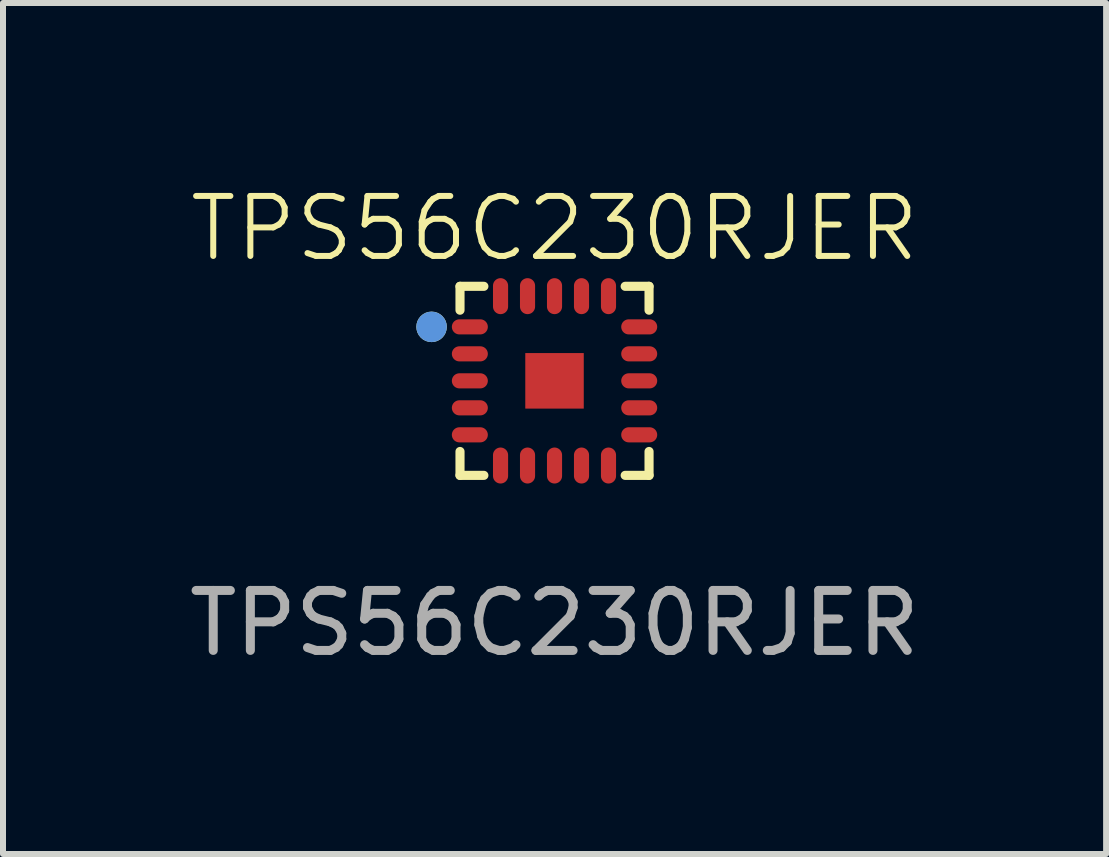
<source format=kicad_pcb>
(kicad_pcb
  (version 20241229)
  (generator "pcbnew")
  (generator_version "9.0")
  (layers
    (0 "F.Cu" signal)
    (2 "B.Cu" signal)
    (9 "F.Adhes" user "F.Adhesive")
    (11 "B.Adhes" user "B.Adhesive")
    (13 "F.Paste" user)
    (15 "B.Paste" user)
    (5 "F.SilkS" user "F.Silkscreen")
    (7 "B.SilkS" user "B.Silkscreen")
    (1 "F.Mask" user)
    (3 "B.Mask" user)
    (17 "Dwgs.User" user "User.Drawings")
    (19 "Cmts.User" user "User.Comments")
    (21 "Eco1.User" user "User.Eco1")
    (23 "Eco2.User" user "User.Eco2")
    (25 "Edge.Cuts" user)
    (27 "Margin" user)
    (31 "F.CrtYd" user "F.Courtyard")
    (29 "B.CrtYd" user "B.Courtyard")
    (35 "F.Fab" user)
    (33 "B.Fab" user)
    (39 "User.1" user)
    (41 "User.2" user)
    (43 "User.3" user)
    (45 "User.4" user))
  (footprint "TPS56C230RJER"
    (layer "F.Cu")
    (at 6.196 3.3)
    (property "Reference" "TPS56C230RJER" (at 0 -2.54 0) (unlocked yes) (layer "F.SilkS") (effects (font (size 1 1) (thickness 0.1))))
    (attr smd)
    (fp_line (start -1.576 -1.576) (end -1.178 -1.576) (stroke (width 0.152) (type solid)) (layer "F.SilkS"))
    (fp_line (start -1.576 -1.178) (end -1.576 -1.576) (stroke (width 0.152) (type solid)) (layer "F.SilkS"))
    (fp_line (start -1.576 1.178) (end -1.576 1.576) (stroke (width 0.152) (type solid)) (layer "F.SilkS"))
    (fp_line (start -1.576 1.576) (end -1.178 1.576) (stroke (width 0.152) (type solid)) (layer "F.SilkS"))
    (fp_line (start 1.576 -1.576) (end 1.178 -1.576) (stroke (width 0.152) (type solid)) (layer "F.SilkS"))
    (fp_line (start 1.576 -1.178) (end 1.576 -1.576) (stroke (width 0.152) (type solid)) (layer "F.SilkS"))
    (fp_line (start 1.576 1.178) (end 1.576 1.576) (stroke (width 0.152) (type solid)) (layer "F.SilkS"))
    (fp_line (start 1.576 1.576) (end 1.178 1.576) (stroke (width 0.152) (type solid)) (layer "F.SilkS"))
    (fp_circle (center -2.05 -0.9) (end -1.923 -0.9) (stroke (width 0.254) (type solid)) (fill no) (layer "F.SilkS"))
    (fp_poly (pts (xy -0.488 0.463) (xy 0.488 0.463) (xy 0.488 -0.463) (xy -0.488 -0.463)) (stroke (width 0) (type solid)) (fill yes) (layer "F.Paste"))
    (fp_poly (pts (xy -1.594 -0.126) (xy -1.601 -0.125) (xy -1.608 -0.124) (xy -1.616 -0.123) (xy -1.623 -0.121) (xy -1.63 -0.118) (xy -1.636 -0.116) (xy -1.643 -0.113) (xy -1.65 -0.109) (xy -1.656 -0.105) (xy -1.662 -0.101) (xy -1.667 -0.097) (xy -1.673 -0.092) (xy -1.678 -0.086) (xy -1.683 -0.081) (xy -1.688 -0.075) (xy -1.692 -0.069) (xy -1.696 -0.063) (xy -1.699 -0.057) (xy -1.702 -0.05) (xy -1.705 -0.043) (xy -1.707 -0.036) (xy -1.709 -0.029) (xy -1.711 -0.022) (xy -1.712 -0.015) (xy -1.712 -0.007) (xy -1.712 0) (xy -1.712 0.007) (xy -1.712 0.015) (xy -1.711 0.022) (xy -1.709 0.029) (xy -1.707 0.036) (xy -1.705 0.043) (xy -1.702 0.05) (xy -1.699 0.057) (xy -1.696 0.063) (xy -1.692 0.069) (xy -1.688 0.075) (xy -1.683 0.081) (xy -1.678 0.086) (xy -1.673 0.092) (xy -1.667 0.097) (xy -1.662 0.101) (xy -1.656 0.105) (xy -1.649 0.109) (xy -1.643 0.113) (xy -1.636 0.116) (xy -1.63 0.118) (xy -1.623 0.121) (xy -1.616 0.123) (xy -1.608 0.124) (xy -1.601 0.125) (xy -1.594 0.126) (xy -1.586 0.126) (xy -1.238 0.126) (xy -1.231 0.126) (xy -1.224 0.125) (xy -1.217 0.124) (xy -1.209 0.123) (xy -1.202 0.121) (xy -1.195 0.118) (xy -1.189 0.116) (xy -1.182 0.113) (xy -1.175 0.109) (xy -1.169 0.105) (xy -1.163 0.101) (xy -1.157 0.097) (xy -1.152 0.092) (xy -1.147 0.086) (xy -1.142 0.081) (xy -1.137 0.075) (xy -1.133 0.069) (xy -1.129 0.063) (xy -1.126 0.057) (xy -1.123 0.05) (xy -1.12 0.043) (xy -1.118 0.036) (xy -1.116 0.029) (xy -1.114 0.022) (xy -1.113 0.015) (xy -1.113 0.007) (xy -1.112 0) (xy -1.113 -0.007) (xy -1.113 -0.015) (xy -1.114 -0.022) (xy -1.116 -0.029) (xy -1.118 -0.036) (xy -1.12 -0.043) (xy -1.123 -0.05) (xy -1.126 -0.057) (xy -1.129 -0.063) (xy -1.133 -0.069) (xy -1.137 -0.075) (xy -1.142 -0.081) (xy -1.147 -0.086) (xy -1.152 -0.092) (xy -1.157 -0.097) (xy -1.163 -0.101) (xy -1.169 -0.105) (xy -1.175 -0.109) (xy -1.182 -0.113) (xy -1.189 -0.116) (xy -1.195 -0.118) (xy -1.202 -0.121) (xy -1.209 -0.123) (xy -1.217 -0.124) (xy -1.224 -0.125) (xy -1.231 -0.126) (xy -1.238 -0.126) (xy -1.586 -0.126)) (stroke (width 0) (type solid)) (fill yes) (layer "F.Paste"))
    (fp_poly (pts (xy -1.224 -1.025) (xy -1.231 -1.026) (xy -1.238 -1.026) (xy -1.586 -1.026) (xy -1.594 -1.026) (xy -1.601 -1.025) (xy -1.608 -1.024) (xy -1.616 -1.023) (xy -1.623 -1.021) (xy -1.63 -1.018) (xy -1.636 -1.016) (xy -1.643 -1.013) (xy -1.65 -1.009) (xy -1.656 -1.005) (xy -1.662 -1.001) (xy -1.667 -0.996) (xy -1.673 -0.992) (xy -1.678 -0.986) (xy -1.683 -0.981) (xy -1.688 -0.975) (xy -1.692 -0.969) (xy -1.696 -0.963) (xy -1.699 -0.956) (xy -1.702 -0.95) (xy -1.705 -0.943) (xy -1.707 -0.936) (xy -1.709 -0.929) (xy -1.711 -0.922) (xy -1.712 -0.915) (xy -1.712 -0.907) (xy -1.712 -0.9) (xy -1.712 -0.893) (xy -1.712 -0.885) (xy -1.711 -0.878) (xy -1.709 -0.871) (xy -1.707 -0.864) (xy -1.705 -0.857) (xy -1.702 -0.85) (xy -1.699 -0.843) (xy -1.696 -0.837) (xy -1.692 -0.831) (xy -1.688 -0.825) (xy -1.683 -0.819) (xy -1.678 -0.813) (xy -1.673 -0.808) (xy -1.667 -0.803) (xy -1.662 -0.799) (xy -1.656 -0.795) (xy -1.649 -0.791) (xy -1.643 -0.787) (xy -1.636 -0.784) (xy -1.63 -0.782) (xy -1.623 -0.779) (xy -1.616 -0.777) (xy -1.608 -0.776) (xy -1.601 -0.775) (xy -1.594 -0.774) (xy -1.586 -0.774) (xy -1.238 -0.774) (xy -1.231 -0.774) (xy -1.224 -0.775) (xy -1.217 -0.776) (xy -1.209 -0.777) (xy -1.202 -0.779) (xy -1.195 -0.782) (xy -1.189 -0.784) (xy -1.182 -0.787) (xy -1.175 -0.791) (xy -1.169 -0.795) (xy -1.163 -0.799) (xy -1.157 -0.803) (xy -1.152 -0.808) (xy -1.147 -0.813) (xy -1.142 -0.819) (xy -1.137 -0.825) (xy -1.133 -0.831) (xy -1.129 -0.837) (xy -1.126 -0.843) (xy -1.123 -0.85) (xy -1.12 -0.857) (xy -1.118 -0.864) (xy -1.116 -0.871) (xy -1.114 -0.878) (xy -1.113 -0.885) (xy -1.113 -0.893) (xy -1.112 -0.9) (xy -1.113 -0.907) (xy -1.113 -0.915) (xy -1.114 -0.922) (xy -1.116 -0.929) (xy -1.118 -0.936) (xy -1.12 -0.943) (xy -1.123 -0.95) (xy -1.126 -0.956) (xy -1.129 -0.963) (xy -1.133 -0.969) (xy -1.137 -0.975) (xy -1.142 -0.981) (xy -1.147 -0.986) (xy -1.152 -0.992) (xy -1.157 -0.996) (xy -1.163 -1.001) (xy -1.169 -1.005) (xy -1.175 -1.009) (xy -1.182 -1.013) (xy -1.189 -1.016) (xy -1.195 -1.018) (xy -1.202 -1.021) (xy -1.209 -1.023) (xy -1.217 -1.024)) (stroke (width 0) (type solid)) (fill yes) (layer "F.Paste"))
    (fp_poly (pts (xy -1.224 -0.575) (xy -1.231 -0.576) (xy -1.238 -0.576) (xy -1.586 -0.576) (xy -1.594 -0.576) (xy -1.601 -0.575) (xy -1.608 -0.574) (xy -1.616 -0.573) (xy -1.623 -0.571) (xy -1.63 -0.569) (xy -1.636 -0.566) (xy -1.643 -0.563) (xy -1.65 -0.559) (xy -1.656 -0.555) (xy -1.662 -0.551) (xy -1.667 -0.547) (xy -1.673 -0.542) (xy -1.678 -0.537) (xy -1.683 -0.531) (xy -1.688 -0.525) (xy -1.692 -0.519) (xy -1.696 -0.513) (xy -1.699 -0.507) (xy -1.702 -0.5) (xy -1.705 -0.493) (xy -1.707 -0.486) (xy -1.709 -0.479) (xy -1.711 -0.472) (xy -1.712 -0.465) (xy -1.712 -0.457) (xy -1.712 -0.45) (xy -1.712 -0.443) (xy -1.712 -0.435) (xy -1.711 -0.428) (xy -1.709 -0.421) (xy -1.707 -0.414) (xy -1.705 -0.407) (xy -1.702 -0.4) (xy -1.699 -0.394) (xy -1.696 -0.387) (xy -1.692 -0.381) (xy -1.688 -0.375) (xy -1.683 -0.369) (xy -1.678 -0.364) (xy -1.673 -0.358) (xy -1.667 -0.354) (xy -1.662 -0.349) (xy -1.656 -0.345) (xy -1.649 -0.341) (xy -1.643 -0.337) (xy -1.636 -0.334) (xy -1.63 -0.332) (xy -1.623 -0.329) (xy -1.616 -0.327) (xy -1.608 -0.326) (xy -1.601 -0.325) (xy -1.594 -0.324) (xy -1.586 -0.324) (xy -1.238 -0.324) (xy -1.231 -0.324) (xy -1.224 -0.325) (xy -1.217 -0.326) (xy -1.209 -0.327) (xy -1.202 -0.329) (xy -1.195 -0.332) (xy -1.189 -0.334) (xy -1.182 -0.337) (xy -1.175 -0.341) (xy -1.169 -0.345) (xy -1.163 -0.349) (xy -1.157 -0.354) (xy -1.152 -0.358) (xy -1.147 -0.364) (xy -1.142 -0.369) (xy -1.137 -0.375) (xy -1.133 -0.381) (xy -1.129 -0.387) (xy -1.126 -0.394) (xy -1.123 -0.4) (xy -1.12 -0.407) (xy -1.118 -0.414) (xy -1.116 -0.421) (xy -1.114 -0.428) (xy -1.113 -0.435) (xy -1.113 -0.443) (xy -1.112 -0.45) (xy -1.113 -0.457) (xy -1.113 -0.465) (xy -1.114 -0.472) (xy -1.116 -0.479) (xy -1.118 -0.486) (xy -1.12 -0.493) (xy -1.123 -0.5) (xy -1.126 -0.507) (xy -1.129 -0.513) (xy -1.133 -0.519) (xy -1.137 -0.525) (xy -1.142 -0.531) (xy -1.147 -0.537) (xy -1.152 -0.542) (xy -1.157 -0.547) (xy -1.163 -0.551) (xy -1.169 -0.555) (xy -1.175 -0.559) (xy -1.182 -0.563) (xy -1.189 -0.566) (xy -1.195 -0.569) (xy -1.202 -0.571) (xy -1.209 -0.573) (xy -1.217 -0.574)) (stroke (width 0) (type solid)) (fill yes) (layer "F.Paste"))
    (fp_poly (pts (xy -1.224 0.325) (xy -1.231 0.324) (xy -1.238 0.324) (xy -1.586 0.324) (xy -1.594 0.324) (xy -1.601 0.325) (xy -1.608 0.326) (xy -1.616 0.327) (xy -1.623 0.329) (xy -1.63 0.332) (xy -1.636 0.334) (xy -1.643 0.337) (xy -1.65 0.341) (xy -1.656 0.345) (xy -1.662 0.349) (xy -1.667 0.354) (xy -1.673 0.358) (xy -1.678 0.364) (xy -1.683 0.369) (xy -1.688 0.375) (xy -1.692 0.381) (xy -1.696 0.387) (xy -1.699 0.394) (xy -1.702 0.4) (xy -1.705 0.407) (xy -1.707 0.414) (xy -1.709 0.421) (xy -1.711 0.428) (xy -1.712 0.435) (xy -1.712 0.443) (xy -1.712 0.45) (xy -1.712 0.457) (xy -1.712 0.465) (xy -1.711 0.472) (xy -1.709 0.479) (xy -1.707 0.486) (xy -1.705 0.493) (xy -1.702 0.5) (xy -1.699 0.507) (xy -1.696 0.513) (xy -1.692 0.519) (xy -1.688 0.525) (xy -1.683 0.531) (xy -1.678 0.537) (xy -1.673 0.542) (xy -1.667 0.547) (xy -1.662 0.551) (xy -1.656 0.555) (xy -1.649 0.559) (xy -1.643 0.563) (xy -1.636 0.566) (xy -1.63 0.569) (xy -1.623 0.571) (xy -1.616 0.573) (xy -1.608 0.574) (xy -1.601 0.575) (xy -1.594 0.576) (xy -1.586 0.576) (xy -1.238 0.576) (xy -1.231 0.576) (xy -1.224 0.575) (xy -1.217 0.574) (xy -1.209 0.573) (xy -1.202 0.571) (xy -1.195 0.569) (xy -1.189 0.566) (xy -1.182 0.563) (xy -1.175 0.559) (xy -1.169 0.555) (xy -1.163 0.551) (xy -1.157 0.547) (xy -1.152 0.542) (xy -1.147 0.537) (xy -1.142 0.531) (xy -1.137 0.525) (xy -1.133 0.519) (xy -1.129 0.513) (xy -1.126 0.507) (xy -1.123 0.5) (xy -1.12 0.493) (xy -1.118 0.486) (xy -1.116 0.479) (xy -1.114 0.472) (xy -1.113 0.465) (xy -1.113 0.457) (xy -1.112 0.45) (xy -1.113 0.443) (xy -1.113 0.435) (xy -1.114 0.428) (xy -1.116 0.421) (xy -1.118 0.414) (xy -1.12 0.407) (xy -1.123 0.4) (xy -1.126 0.394) (xy -1.129 0.387) (xy -1.133 0.381) (xy -1.137 0.375) (xy -1.142 0.369) (xy -1.147 0.364) (xy -1.152 0.358) (xy -1.157 0.354) (xy -1.163 0.349) (xy -1.169 0.345) (xy -1.175 0.341) (xy -1.182 0.337) (xy -1.189 0.334) (xy -1.195 0.332) (xy -1.202 0.329) (xy -1.209 0.327) (xy -1.217 0.326)) (stroke (width 0) (type solid)) (fill yes) (layer "F.Paste"))
    (fp_poly (pts (xy -1.224 0.775) (xy -1.231 0.774) (xy -1.238 0.774) (xy -1.586 0.774) (xy -1.594 0.774) (xy -1.601 0.775) (xy -1.608 0.776) (xy -1.616 0.777) (xy -1.623 0.779) (xy -1.63 0.782) (xy -1.636 0.784) (xy -1.643 0.787) (xy -1.65 0.791) (xy -1.656 0.795) (xy -1.662 0.799) (xy -1.667 0.803) (xy -1.673 0.808) (xy -1.678 0.813) (xy -1.683 0.819) (xy -1.688 0.825) (xy -1.692 0.831) (xy -1.696 0.837) (xy -1.699 0.843) (xy -1.702 0.85) (xy -1.705 0.857) (xy -1.707 0.864) (xy -1.709 0.871) (xy -1.711 0.878) (xy -1.712 0.885) (xy -1.712 0.893) (xy -1.712 0.9) (xy -1.712 0.907) (xy -1.712 0.915) (xy -1.711 0.922) (xy -1.709 0.929) (xy -1.707 0.936) (xy -1.705 0.943) (xy -1.702 0.95) (xy -1.699 0.956) (xy -1.696 0.963) (xy -1.692 0.969) (xy -1.688 0.975) (xy -1.683 0.981) (xy -1.678 0.986) (xy -1.673 0.992) (xy -1.667 0.996) (xy -1.662 1.001) (xy -1.656 1.005) (xy -1.649 1.009) (xy -1.643 1.013) (xy -1.636 1.016) (xy -1.63 1.018) (xy -1.623 1.021) (xy -1.616 1.023) (xy -1.608 1.024) (xy -1.601 1.025) (xy -1.594 1.026) (xy -1.586 1.026) (xy -1.238 1.026) (xy -1.231 1.026) (xy -1.224 1.025) (xy -1.217 1.024) (xy -1.209 1.023) (xy -1.202 1.021) (xy -1.195 1.018) (xy -1.189 1.016) (xy -1.182 1.013) (xy -1.175 1.009) (xy -1.169 1.005) (xy -1.163 1.001) (xy -1.157 0.996) (xy -1.152 0.992) (xy -1.147 0.986) (xy -1.142 0.981) (xy -1.137 0.975) (xy -1.133 0.969) (xy -1.129 0.963) (xy -1.126 0.956) (xy -1.123 0.95) (xy -1.12 0.943) (xy -1.118 0.936) (xy -1.116 0.929) (xy -1.114 0.922) (xy -1.113 0.915) (xy -1.113 0.907) (xy -1.112 0.9) (xy -1.113 0.893) (xy -1.113 0.885) (xy -1.114 0.878) (xy -1.116 0.871) (xy -1.118 0.864) (xy -1.12 0.857) (xy -1.123 0.85) (xy -1.126 0.843) (xy -1.129 0.837) (xy -1.133 0.831) (xy -1.137 0.825) (xy -1.142 0.819) (xy -1.147 0.813) (xy -1.152 0.808) (xy -1.157 0.803) (xy -1.163 0.799) (xy -1.169 0.795) (xy -1.175 0.791) (xy -1.182 0.787) (xy -1.189 0.784) (xy -1.195 0.782) (xy -1.202 0.779) (xy -1.209 0.777) (xy -1.217 0.776)) (stroke (width 0) (type solid)) (fill yes) (layer "F.Paste"))
    (fp_poly (pts (xy -0.907 -1.712) (xy -0.915 -1.712) (xy -0.922 -1.711) (xy -0.929 -1.709) (xy -0.936 -1.707) (xy -0.943 -1.705) (xy -0.95 -1.702) (xy -0.956 -1.699) (xy -0.963 -1.696) (xy -0.969 -1.692) (xy -0.975 -1.688) (xy -0.981 -1.683) (xy -0.986 -1.678) (xy -0.992 -1.673) (xy -0.996 -1.667) (xy -1.001 -1.662) (xy -1.005 -1.656) (xy -1.009 -1.649) (xy -1.013 -1.643) (xy -1.016 -1.636) (xy -1.018 -1.63) (xy -1.021 -1.623) (xy -1.023 -1.616) (xy -1.024 -1.608) (xy -1.025 -1.601) (xy -1.026 -1.594) (xy -1.026 -1.586) (xy -1.026 -1.238) (xy -1.026 -1.231) (xy -1.025 -1.224) (xy -1.024 -1.217) (xy -1.023 -1.209) (xy -1.021 -1.202) (xy -1.018 -1.195) (xy -1.016 -1.189) (xy -1.013 -1.182) (xy -1.009 -1.175) (xy -1.005 -1.169) (xy -1.001 -1.163) (xy -0.996 -1.157) (xy -0.992 -1.152) (xy -0.986 -1.147) (xy -0.981 -1.142) (xy -0.975 -1.137) (xy -0.969 -1.133) (xy -0.963 -1.129) (xy -0.956 -1.126) (xy -0.95 -1.123) (xy -0.943 -1.12) (xy -0.936 -1.118) (xy -0.929 -1.116) (xy -0.922 -1.114) (xy -0.915 -1.113) (xy -0.907 -1.113) (xy -0.9 -1.112) (xy -0.893 -1.113) (xy -0.885 -1.113) (xy -0.878 -1.114) (xy -0.871 -1.116) (xy -0.864 -1.118) (xy -0.857 -1.12) (xy -0.85 -1.123) (xy -0.843 -1.126) (xy -0.837 -1.129) (xy -0.831 -1.133) (xy -0.825 -1.137) (xy -0.819 -1.142) (xy -0.813 -1.147) (xy -0.808 -1.152) (xy -0.803 -1.157) (xy -0.799 -1.163) (xy -0.795 -1.169) (xy -0.791 -1.175) (xy -0.787 -1.182) (xy -0.784 -1.189) (xy -0.782 -1.195) (xy -0.779 -1.202) (xy -0.777 -1.209) (xy -0.776 -1.217) (xy -0.775 -1.224) (xy -0.774 -1.231) (xy -0.774 -1.238) (xy -0.774 -1.586) (xy -0.774 -1.594) (xy -0.775 -1.601) (xy -0.776 -1.608) (xy -0.777 -1.616) (xy -0.779 -1.623) (xy -0.782 -1.63) (xy -0.784 -1.636) (xy -0.787 -1.643) (xy -0.791 -1.65) (xy -0.795 -1.656) (xy -0.799 -1.662) (xy -0.803 -1.667) (xy -0.808 -1.673) (xy -0.813 -1.678) (xy -0.819 -1.683) (xy -0.825 -1.688) (xy -0.831 -1.692) (xy -0.837 -1.696) (xy -0.843 -1.699) (xy -0.85 -1.702) (xy -0.857 -1.705) (xy -0.864 -1.707) (xy -0.871 -1.709) (xy -0.878 -1.711) (xy -0.885 -1.712) (xy -0.893 -1.712) (xy -0.9 -1.712)) (stroke (width 0) (type solid)) (fill yes) (layer "F.Paste"))
    (fp_poly (pts (xy -0.907 1.113) (xy -0.915 1.113) (xy -0.922 1.114) (xy -0.929 1.116) (xy -0.936 1.118) (xy -0.943 1.12) (xy -0.95 1.123) (xy -0.956 1.126) (xy -0.963 1.129) (xy -0.969 1.133) (xy -0.975 1.137) (xy -0.981 1.142) (xy -0.986 1.147) (xy -0.992 1.152) (xy -0.996 1.158) (xy -1.001 1.163) (xy -1.005 1.169) (xy -1.009 1.176) (xy -1.013 1.182) (xy -1.016 1.189) (xy -1.018 1.195) (xy -1.021 1.202) (xy -1.023 1.209) (xy -1.024 1.217) (xy -1.025 1.224) (xy -1.026 1.231) (xy -1.026 1.239) (xy -1.026 1.586) (xy -1.026 1.594) (xy -1.025 1.601) (xy -1.024 1.608) (xy -1.023 1.616) (xy -1.021 1.623) (xy -1.018 1.63) (xy -1.016 1.636) (xy -1.013 1.643) (xy -1.009 1.65) (xy -1.005 1.656) (xy -1.001 1.662) (xy -0.996 1.667) (xy -0.992 1.673) (xy -0.986 1.678) (xy -0.981 1.683) (xy -0.975 1.688) (xy -0.969 1.692) (xy -0.963 1.696) (xy -0.956 1.699) (xy -0.95 1.702) (xy -0.943 1.705) (xy -0.936 1.707) (xy -0.929 1.709) (xy -0.922 1.711) (xy -0.915 1.712) (xy -0.907 1.712) (xy -0.9 1.712) (xy -0.893 1.712) (xy -0.885 1.712) (xy -0.878 1.711) (xy -0.871 1.709) (xy -0.864 1.707) (xy -0.857 1.705) (xy -0.85 1.702) (xy -0.843 1.699) (xy -0.837 1.696) (xy -0.831 1.692) (xy -0.825 1.688) (xy -0.819 1.683) (xy -0.813 1.678) (xy -0.808 1.673) (xy -0.803 1.667) (xy -0.799 1.662) (xy -0.795 1.656) (xy -0.791 1.649) (xy -0.787 1.643) (xy -0.784 1.636) (xy -0.782 1.63) (xy -0.779 1.623) (xy -0.777 1.616) (xy -0.776 1.608) (xy -0.775 1.601) (xy -0.774 1.594) (xy -0.774 1.586) (xy -0.774 1.239) (xy -0.774 1.231) (xy -0.775 1.224) (xy -0.776 1.217) (xy -0.777 1.209) (xy -0.779 1.202) (xy -0.782 1.195) (xy -0.784 1.189) (xy -0.787 1.182) (xy -0.791 1.175) (xy -0.795 1.169) (xy -0.799 1.163) (xy -0.803 1.158) (xy -0.808 1.152) (xy -0.813 1.147) (xy -0.819 1.142) (xy -0.825 1.137) (xy -0.831 1.133) (xy -0.837 1.129) (xy -0.843 1.126) (xy -0.85 1.123) (xy -0.857 1.12) (xy -0.864 1.118) (xy -0.871 1.116) (xy -0.878 1.114) (xy -0.885 1.113) (xy -0.893 1.113) (xy -0.9 1.112)) (stroke (width 0) (type solid)) (fill yes) (layer "F.Paste"))
    (fp_poly (pts (xy -0.435 -1.712) (xy -0.443 -1.712) (xy -0.45 -1.712) (xy -0.457 -1.712) (xy -0.465 -1.712) (xy -0.472 -1.711) (xy -0.479 -1.709) (xy -0.486 -1.707) (xy -0.493 -1.705) (xy -0.5 -1.702) (xy -0.507 -1.699) (xy -0.513 -1.696) (xy -0.519 -1.692) (xy -0.525 -1.688) (xy -0.531 -1.683) (xy -0.537 -1.678) (xy -0.542 -1.673) (xy -0.547 -1.667) (xy -0.551 -1.662) (xy -0.555 -1.656) (xy -0.559 -1.649) (xy -0.563 -1.643) (xy -0.566 -1.636) (xy -0.569 -1.63) (xy -0.571 -1.623) (xy -0.573 -1.616) (xy -0.574 -1.608) (xy -0.575 -1.601) (xy -0.576 -1.594) (xy -0.576 -1.586) (xy -0.576 -1.238) (xy -0.576 -1.231) (xy -0.575 -1.224) (xy -0.574 -1.217) (xy -0.573 -1.209) (xy -0.571 -1.202) (xy -0.569 -1.195) (xy -0.566 -1.189) (xy -0.563 -1.182) (xy -0.559 -1.175) (xy -0.555 -1.169) (xy -0.551 -1.163) (xy -0.547 -1.157) (xy -0.542 -1.152) (xy -0.537 -1.147) (xy -0.531 -1.142) (xy -0.525 -1.137) (xy -0.519 -1.133) (xy -0.513 -1.129) (xy -0.507 -1.126) (xy -0.5 -1.123) (xy -0.493 -1.12) (xy -0.486 -1.118) (xy -0.479 -1.116) (xy -0.472 -1.114) (xy -0.465 -1.113) (xy -0.457 -1.113) (xy -0.45 -1.112) (xy -0.443 -1.113) (xy -0.435 -1.113) (xy -0.428 -1.114) (xy -0.421 -1.116) (xy -0.414 -1.118) (xy -0.407 -1.12) (xy -0.4 -1.123) (xy -0.394 -1.126) (xy -0.387 -1.129) (xy -0.381 -1.133) (xy -0.375 -1.137) (xy -0.369 -1.142) (xy -0.364 -1.147) (xy -0.358 -1.152) (xy -0.354 -1.157) (xy -0.349 -1.163) (xy -0.345 -1.169) (xy -0.341 -1.175) (xy -0.337 -1.182) (xy -0.334 -1.189) (xy -0.332 -1.195) (xy -0.329 -1.202) (xy -0.327 -1.209) (xy -0.326 -1.217) (xy -0.325 -1.224) (xy -0.324 -1.231) (xy -0.324 -1.238) (xy -0.324 -1.586) (xy -0.324 -1.594) (xy -0.325 -1.601) (xy -0.326 -1.608) (xy -0.327 -1.616) (xy -0.329 -1.623) (xy -0.332 -1.63) (xy -0.334 -1.636) (xy -0.337 -1.643) (xy -0.341 -1.65) (xy -0.345 -1.656) (xy -0.349 -1.662) (xy -0.354 -1.667) (xy -0.358 -1.673) (xy -0.364 -1.678) (xy -0.369 -1.683) (xy -0.375 -1.688) (xy -0.381 -1.692) (xy -0.387 -1.696) (xy -0.394 -1.699) (xy -0.4 -1.702) (xy -0.407 -1.705) (xy -0.414 -1.707) (xy -0.421 -1.709) (xy -0.428 -1.711)) (stroke (width 0) (type solid)) (fill yes) (layer "F.Paste"))
    (fp_poly (pts (xy -0.435 1.113) (xy -0.443 1.113) (xy -0.45 1.112) (xy -0.457 1.113) (xy -0.465 1.113) (xy -0.472 1.114) (xy -0.479 1.116) (xy -0.486 1.118) (xy -0.493 1.12) (xy -0.5 1.123) (xy -0.507 1.126) (xy -0.513 1.129) (xy -0.519 1.133) (xy -0.525 1.137) (xy -0.531 1.142) (xy -0.537 1.147) (xy -0.542 1.152) (xy -0.547 1.158) (xy -0.551 1.163) (xy -0.555 1.169) (xy -0.559 1.176) (xy -0.563 1.182) (xy -0.566 1.189) (xy -0.569 1.195) (xy -0.571 1.202) (xy -0.573 1.209) (xy -0.574 1.217) (xy -0.575 1.224) (xy -0.576 1.231) (xy -0.576 1.239) (xy -0.576 1.586) (xy -0.576 1.594) (xy -0.575 1.601) (xy -0.574 1.608) (xy -0.573 1.616) (xy -0.571 1.623) (xy -0.569 1.63) (xy -0.566 1.636) (xy -0.563 1.643) (xy -0.559 1.65) (xy -0.555 1.656) (xy -0.551 1.662) (xy -0.547 1.667) (xy -0.542 1.673) (xy -0.537 1.678) (xy -0.531 1.683) (xy -0.525 1.688) (xy -0.519 1.692) (xy -0.513 1.696) (xy -0.507 1.699) (xy -0.5 1.702) (xy -0.493 1.705) (xy -0.486 1.707) (xy -0.479 1.709) (xy -0.472 1.711) (xy -0.465 1.712) (xy -0.457 1.712) (xy -0.45 1.712) (xy -0.443 1.712) (xy -0.435 1.712) (xy -0.428 1.711) (xy -0.421 1.709) (xy -0.414 1.707) (xy -0.407 1.705) (xy -0.4 1.702) (xy -0.394 1.699) (xy -0.387 1.696) (xy -0.381 1.692) (xy -0.375 1.688) (xy -0.369 1.683) (xy -0.364 1.678) (xy -0.358 1.673) (xy -0.354 1.667) (xy -0.349 1.662) (xy -0.345 1.656) (xy -0.341 1.649) (xy -0.337 1.643) (xy -0.334 1.636) (xy -0.332 1.63) (xy -0.329 1.623) (xy -0.327 1.616) (xy -0.326 1.608) (xy -0.325 1.601) (xy -0.324 1.594) (xy -0.324 1.586) (xy -0.324 1.239) (xy -0.324 1.231) (xy -0.325 1.224) (xy -0.326 1.217) (xy -0.327 1.209) (xy -0.329 1.202) (xy -0.332 1.195) (xy -0.334 1.189) (xy -0.337 1.182) (xy -0.341 1.175) (xy -0.345 1.169) (xy -0.349 1.163) (xy -0.354 1.158) (xy -0.358 1.152) (xy -0.364 1.147) (xy -0.369 1.142) (xy -0.375 1.137) (xy -0.381 1.133) (xy -0.387 1.129) (xy -0.394 1.126) (xy -0.4 1.123) (xy -0.407 1.12) (xy -0.414 1.118) (xy -0.421 1.116) (xy -0.428 1.114)) (stroke (width 0) (type solid)) (fill yes) (layer "F.Paste"))
    (fp_poly (pts (xy -0.007 -1.712) (xy -0.015 -1.712) (xy -0.022 -1.711) (xy -0.029 -1.709) (xy -0.036 -1.707) (xy -0.043 -1.705) (xy -0.05 -1.702) (xy -0.057 -1.699) (xy -0.063 -1.696) (xy -0.069 -1.692) (xy -0.075 -1.688) (xy -0.081 -1.683) (xy -0.086 -1.678) (xy -0.092 -1.673) (xy -0.097 -1.667) (xy -0.101 -1.662) (xy -0.105 -1.656) (xy -0.109 -1.649) (xy -0.113 -1.643) (xy -0.116 -1.636) (xy -0.118 -1.63) (xy -0.121 -1.623) (xy -0.123 -1.616) (xy -0.124 -1.608) (xy -0.125 -1.601) (xy -0.126 -1.594) (xy -0.126 -1.586) (xy -0.126 -1.238) (xy -0.126 -1.231) (xy -0.125 -1.224) (xy -0.124 -1.217) (xy -0.123 -1.209) (xy -0.121 -1.202) (xy -0.118 -1.195) (xy -0.116 -1.189) (xy -0.113 -1.182) (xy -0.109 -1.175) (xy -0.105 -1.169) (xy -0.101 -1.163) (xy -0.097 -1.157) (xy -0.092 -1.152) (xy -0.086 -1.147) (xy -0.081 -1.142) (xy -0.075 -1.137) (xy -0.069 -1.133) (xy -0.063 -1.129) (xy -0.057 -1.126) (xy -0.05 -1.123) (xy -0.043 -1.12) (xy -0.036 -1.118) (xy -0.029 -1.116) (xy -0.022 -1.114) (xy -0.015 -1.113) (xy -0.007 -1.113) (xy 0 -1.112) (xy 0.007 -1.113) (xy 0.015 -1.113) (xy 0.022 -1.114) (xy 0.029 -1.116) (xy 0.036 -1.118) (xy 0.043 -1.12) (xy 0.05 -1.123) (xy 0.057 -1.126) (xy 0.063 -1.129) (xy 0.069 -1.133) (xy 0.075 -1.137) (xy 0.081 -1.142) (xy 0.086 -1.147) (xy 0.092 -1.152) (xy 0.097 -1.157) (xy 0.101 -1.163) (xy 0.105 -1.169) (xy 0.109 -1.175) (xy 0.113 -1.182) (xy 0.116 -1.189) (xy 0.118 -1.195) (xy 0.121 -1.202) (xy 0.123 -1.209) (xy 0.124 -1.217) (xy 0.125 -1.224) (xy 0.126 -1.231) (xy 0.126 -1.238) (xy 0.126 -1.586) (xy 0.126 -1.594) (xy 0.125 -1.601) (xy 0.124 -1.608) (xy 0.123 -1.616) (xy 0.121 -1.623) (xy 0.118 -1.63) (xy 0.116 -1.636) (xy 0.113 -1.643) (xy 0.109 -1.65) (xy 0.105 -1.656) (xy 0.101 -1.662) (xy 0.097 -1.667) (xy 0.092 -1.673) (xy 0.086 -1.678) (xy 0.081 -1.683) (xy 0.075 -1.688) (xy 0.069 -1.692) (xy 0.063 -1.696) (xy 0.057 -1.699) (xy 0.05 -1.702) (xy 0.043 -1.705) (xy 0.036 -1.707) (xy 0.029 -1.709) (xy 0.022 -1.711) (xy 0.015 -1.712) (xy 0.007 -1.712) (xy 0 -1.712)) (stroke (width 0) (type solid)) (fill yes) (layer "F.Paste"))
    (fp_poly (pts (xy -0.007 1.113) (xy -0.015 1.113) (xy -0.022 1.114) (xy -0.029 1.116) (xy -0.036 1.118) (xy -0.043 1.12) (xy -0.05 1.123) (xy -0.057 1.126) (xy -0.063 1.129) (xy -0.069 1.133) (xy -0.075 1.137) (xy -0.081 1.142) (xy -0.086 1.147) (xy -0.092 1.152) (xy -0.097 1.158) (xy -0.101 1.163) (xy -0.105 1.169) (xy -0.109 1.176) (xy -0.113 1.182) (xy -0.116 1.189) (xy -0.118 1.195) (xy -0.121 1.202) (xy -0.123 1.209) (xy -0.124 1.217) (xy -0.125 1.224) (xy -0.126 1.231) (xy -0.126 1.239) (xy -0.126 1.586) (xy -0.126 1.594) (xy -0.125 1.601) (xy -0.124 1.608) (xy -0.123 1.616) (xy -0.121 1.623) (xy -0.118 1.63) (xy -0.116 1.636) (xy -0.113 1.643) (xy -0.109 1.65) (xy -0.105 1.656) (xy -0.101 1.662) (xy -0.097 1.667) (xy -0.092 1.673) (xy -0.086 1.678) (xy -0.081 1.683) (xy -0.075 1.688) (xy -0.069 1.692) (xy -0.063 1.696) (xy -0.057 1.699) (xy -0.05 1.702) (xy -0.043 1.705) (xy -0.036 1.707) (xy -0.029 1.709) (xy -0.022 1.711) (xy -0.015 1.712) (xy -0.007 1.712) (xy 0 1.712) (xy 0.007 1.712) (xy 0.015 1.712) (xy 0.022 1.711) (xy 0.029 1.709) (xy 0.036 1.707) (xy 0.043 1.705) (xy 0.05 1.702) (xy 0.057 1.699) (xy 0.063 1.696) (xy 0.069 1.692) (xy 0.075 1.688) (xy 0.081 1.683) (xy 0.086 1.678) (xy 0.092 1.673) (xy 0.097 1.667) (xy 0.101 1.662) (xy 0.105 1.656) (xy 0.109 1.649) (xy 0.113 1.643) (xy 0.116 1.636) (xy 0.118 1.63) (xy 0.121 1.623) (xy 0.123 1.616) (xy 0.124 1.608) (xy 0.125 1.601) (xy 0.126 1.594) (xy 0.126 1.586) (xy 0.126 1.239) (xy 0.126 1.231) (xy 0.125 1.224) (xy 0.124 1.217) (xy 0.123 1.209) (xy 0.121 1.202) (xy 0.118 1.195) (xy 0.116 1.189) (xy 0.113 1.182) (xy 0.109 1.175) (xy 0.105 1.169) (xy 0.101 1.163) (xy 0.097 1.158) (xy 0.092 1.152) (xy 0.086 1.147) (xy 0.081 1.142) (xy 0.075 1.137) (xy 0.069 1.133) (xy 0.063 1.129) (xy 0.057 1.126) (xy 0.05 1.123) (xy 0.043 1.12) (xy 0.036 1.118) (xy 0.029 1.116) (xy 0.022 1.114) (xy 0.015 1.113) (xy 0.007 1.113) (xy 0 1.112)) (stroke (width 0) (type solid)) (fill yes) (layer "F.Paste"))
    (fp_poly (pts (xy 0.443 -1.712) (xy 0.435 -1.712) (xy 0.428 -1.711) (xy 0.421 -1.709) (xy 0.414 -1.707) (xy 0.407 -1.705) (xy 0.4 -1.702) (xy 0.394 -1.699) (xy 0.387 -1.696) (xy 0.381 -1.692) (xy 0.375 -1.688) (xy 0.369 -1.683) (xy 0.364 -1.678) (xy 0.358 -1.673) (xy 0.354 -1.667) (xy 0.349 -1.662) (xy 0.345 -1.656) (xy 0.341 -1.649) (xy 0.337 -1.643) (xy 0.334 -1.636) (xy 0.332 -1.63) (xy 0.329 -1.623) (xy 0.327 -1.616) (xy 0.326 -1.608) (xy 0.325 -1.601) (xy 0.324 -1.594) (xy 0.324 -1.586) (xy 0.324 -1.238) (xy 0.324 -1.231) (xy 0.325 -1.224) (xy 0.326 -1.217) (xy 0.327 -1.209) (xy 0.329 -1.202) (xy 0.332 -1.195) (xy 0.334 -1.189) (xy 0.337 -1.182) (xy 0.341 -1.175) (xy 0.345 -1.169) (xy 0.349 -1.163) (xy 0.354 -1.157) (xy 0.358 -1.152) (xy 0.364 -1.147) (xy 0.369 -1.142) (xy 0.375 -1.137) (xy 0.381 -1.133) (xy 0.387 -1.129) (xy 0.394 -1.126) (xy 0.4 -1.123) (xy 0.407 -1.12) (xy 0.414 -1.118) (xy 0.421 -1.116) (xy 0.428 -1.114) (xy 0.435 -1.113) (xy 0.443 -1.113) (xy 0.45 -1.112) (xy 0.457 -1.113) (xy 0.465 -1.113) (xy 0.472 -1.114) (xy 0.479 -1.116) (xy 0.486 -1.118) (xy 0.493 -1.12) (xy 0.5 -1.123) (xy 0.507 -1.126) (xy 0.513 -1.129) (xy 0.519 -1.133) (xy 0.525 -1.137) (xy 0.531 -1.142) (xy 0.537 -1.147) (xy 0.542 -1.152) (xy 0.547 -1.157) (xy 0.551 -1.163) (xy 0.555 -1.169) (xy 0.559 -1.175) (xy 0.563 -1.182) (xy 0.566 -1.189) (xy 0.569 -1.195) (xy 0.571 -1.202) (xy 0.573 -1.209) (xy 0.574 -1.217) (xy 0.575 -1.224) (xy 0.576 -1.231) (xy 0.576 -1.238) (xy 0.576 -1.586) (xy 0.576 -1.594) (xy 0.575 -1.601) (xy 0.574 -1.608) (xy 0.573 -1.616) (xy 0.571 -1.623) (xy 0.569 -1.63) (xy 0.566 -1.636) (xy 0.563 -1.643) (xy 0.559 -1.65) (xy 0.555 -1.656) (xy 0.551 -1.662) (xy 0.547 -1.667) (xy 0.542 -1.673) (xy 0.537 -1.678) (xy 0.531 -1.683) (xy 0.525 -1.688) (xy 0.519 -1.692) (xy 0.513 -1.696) (xy 0.507 -1.699) (xy 0.5 -1.702) (xy 0.493 -1.705) (xy 0.486 -1.707) (xy 0.479 -1.709) (xy 0.472 -1.711) (xy 0.465 -1.712) (xy 0.457 -1.712) (xy 0.45 -1.712)) (stroke (width 0) (type solid)) (fill yes) (layer "F.Paste"))
    (fp_poly (pts (xy 0.465 1.113) (xy 0.457 1.113) (xy 0.45 1.112) (xy 0.443 1.113) (xy 0.435 1.113) (xy 0.428 1.114) (xy 0.421 1.116) (xy 0.414 1.118) (xy 0.407 1.12) (xy 0.4 1.123) (xy 0.394 1.126) (xy 0.387 1.129) (xy 0.381 1.133) (xy 0.375 1.137) (xy 0.369 1.142) (xy 0.364 1.147) (xy 0.358 1.152) (xy 0.354 1.158) (xy 0.349 1.163) (xy 0.345 1.169) (xy 0.341 1.176) (xy 0.337 1.182) (xy 0.334 1.189) (xy 0.332 1.195) (xy 0.329 1.202) (xy 0.327 1.209) (xy 0.326 1.217) (xy 0.325 1.224) (xy 0.324 1.231) (xy 0.324 1.239) (xy 0.324 1.586) (xy 0.324 1.594) (xy 0.325 1.601) (xy 0.326 1.608) (xy 0.327 1.616) (xy 0.329 1.623) (xy 0.332 1.63) (xy 0.334 1.636) (xy 0.337 1.643) (xy 0.341 1.65) (xy 0.345 1.656) (xy 0.349 1.662) (xy 0.354 1.667) (xy 0.358 1.673) (xy 0.364 1.678) (xy 0.369 1.683) (xy 0.375 1.688) (xy 0.381 1.692) (xy 0.387 1.696) (xy 0.394 1.699) (xy 0.4 1.702) (xy 0.407 1.705) (xy 0.414 1.707) (xy 0.421 1.709) (xy 0.428 1.711) (xy 0.435 1.712) (xy 0.443 1.712) (xy 0.45 1.712) (xy 0.457 1.712) (xy 0.465 1.712) (xy 0.472 1.711) (xy 0.479 1.709) (xy 0.486 1.707) (xy 0.493 1.705) (xy 0.5 1.702) (xy 0.507 1.699) (xy 0.513 1.696) (xy 0.519 1.692) (xy 0.525 1.688) (xy 0.531 1.683) (xy 0.537 1.678) (xy 0.542 1.673) (xy 0.547 1.667) (xy 0.551 1.662) (xy 0.555 1.656) (xy 0.559 1.649) (xy 0.563 1.643) (xy 0.566 1.636) (xy 0.569 1.63) (xy 0.571 1.623) (xy 0.573 1.616) (xy 0.574 1.608) (xy 0.575 1.601) (xy 0.576 1.594) (xy 0.576 1.586) (xy 0.576 1.239) (xy 0.576 1.231) (xy 0.575 1.224) (xy 0.574 1.217) (xy 0.573 1.209) (xy 0.571 1.202) (xy 0.569 1.195) (xy 0.566 1.189) (xy 0.563 1.182) (xy 0.559 1.175) (xy 0.555 1.169) (xy 0.551 1.163) (xy 0.547 1.158) (xy 0.542 1.152) (xy 0.537 1.147) (xy 0.531 1.142) (xy 0.525 1.137) (xy 0.519 1.133) (xy 0.513 1.129) (xy 0.507 1.126) (xy 0.5 1.123) (xy 0.493 1.12) (xy 0.486 1.118) (xy 0.479 1.116) (xy 0.472 1.114)) (stroke (width 0) (type solid)) (fill yes) (layer "F.Paste"))
    (fp_poly (pts (xy 0.893 1.113) (xy 0.885 1.113) (xy 0.878 1.114) (xy 0.871 1.116) (xy 0.864 1.118) (xy 0.857 1.12) (xy 0.85 1.123) (xy 0.843 1.126) (xy 0.837 1.129) (xy 0.831 1.133) (xy 0.825 1.137) (xy 0.819 1.142) (xy 0.813 1.147) (xy 0.808 1.152) (xy 0.803 1.158) (xy 0.799 1.163) (xy 0.795 1.169) (xy 0.791 1.176) (xy 0.787 1.182) (xy 0.784 1.189) (xy 0.782 1.195) (xy 0.779 1.202) (xy 0.777 1.209) (xy 0.776 1.217) (xy 0.775 1.224) (xy 0.774 1.231) (xy 0.774 1.239) (xy 0.774 1.586) (xy 0.774 1.594) (xy 0.775 1.601) (xy 0.776 1.608) (xy 0.777 1.616) (xy 0.779 1.623) (xy 0.782 1.63) (xy 0.784 1.636) (xy 0.787 1.643) (xy 0.791 1.65) (xy 0.795 1.656) (xy 0.799 1.662) (xy 0.803 1.667) (xy 0.808 1.673) (xy 0.813 1.678) (xy 0.819 1.683) (xy 0.825 1.688) (xy 0.831 1.692) (xy 0.837 1.696) (xy 0.843 1.699) (xy 0.85 1.702) (xy 0.857 1.705) (xy 0.864 1.707) (xy 0.871 1.709) (xy 0.878 1.711) (xy 0.885 1.712) (xy 0.893 1.712) (xy 0.9 1.712) (xy 0.907 1.712) (xy 0.915 1.712) (xy 0.922 1.711) (xy 0.929 1.709) (xy 0.936 1.707) (xy 0.943 1.705) (xy 0.95 1.702) (xy 0.956 1.699) (xy 0.963 1.696) (xy 0.969 1.692) (xy 0.975 1.688) (xy 0.981 1.683) (xy 0.986 1.678) (xy 0.992 1.673) (xy 0.996 1.667) (xy 1.001 1.662) (xy 1.005 1.656) (xy 1.009 1.649) (xy 1.013 1.643) (xy 1.016 1.636) (xy 1.018 1.63) (xy 1.021 1.623) (xy 1.023 1.616) (xy 1.024 1.608) (xy 1.025 1.601) (xy 1.026 1.594) (xy 1.026 1.586) (xy 1.026 1.239) (xy 1.026 1.231) (xy 1.025 1.224) (xy 1.024 1.217) (xy 1.023 1.209) (xy 1.021 1.202) (xy 1.018 1.195) (xy 1.016 1.189) (xy 1.013 1.182) (xy 1.009 1.175) (xy 1.005 1.169) (xy 1.001 1.163) (xy 0.996 1.158) (xy 0.992 1.152) (xy 0.986 1.147) (xy 0.981 1.142) (xy 0.975 1.137) (xy 0.969 1.133) (xy 0.963 1.129) (xy 0.956 1.126) (xy 0.95 1.123) (xy 0.943 1.12) (xy 0.936 1.118) (xy 0.929 1.116) (xy 0.922 1.114) (xy 0.915 1.113) (xy 0.907 1.113) (xy 0.9 1.112)) (stroke (width 0) (type solid)) (fill yes) (layer "F.Paste"))
    (fp_poly (pts (xy 0.915 -1.712) (xy 0.907 -1.712) (xy 0.9 -1.712) (xy 0.893 -1.712) (xy 0.885 -1.712) (xy 0.878 -1.711) (xy 0.871 -1.709) (xy 0.864 -1.707) (xy 0.857 -1.705) (xy 0.85 -1.702) (xy 0.843 -1.699) (xy 0.837 -1.696) (xy 0.831 -1.692) (xy 0.825 -1.688) (xy 0.819 -1.683) (xy 0.813 -1.678) (xy 0.808 -1.673) (xy 0.803 -1.667) (xy 0.799 -1.662) (xy 0.795 -1.656) (xy 0.791 -1.649) (xy 0.787 -1.643) (xy 0.784 -1.636) (xy 0.782 -1.63) (xy 0.779 -1.623) (xy 0.777 -1.616) (xy 0.776 -1.608) (xy 0.775 -1.601) (xy 0.774 -1.594) (xy 0.774 -1.586) (xy 0.774 -1.238) (xy 0.774 -1.231) (xy 0.775 -1.224) (xy 0.776 -1.217) (xy 0.777 -1.209) (xy 0.779 -1.202) (xy 0.782 -1.195) (xy 0.784 -1.189) (xy 0.787 -1.182) (xy 0.791 -1.175) (xy 0.795 -1.169) (xy 0.799 -1.163) (xy 0.803 -1.157) (xy 0.808 -1.152) (xy 0.813 -1.147) (xy 0.819 -1.142) (xy 0.825 -1.137) (xy 0.831 -1.133) (xy 0.837 -1.129) (xy 0.843 -1.126) (xy 0.85 -1.123) (xy 0.857 -1.12) (xy 0.864 -1.118) (xy 0.871 -1.116) (xy 0.878 -1.114) (xy 0.885 -1.113) (xy 0.893 -1.113) (xy 0.9 -1.112) (xy 0.907 -1.113) (xy 0.915 -1.113) (xy 0.922 -1.114) (xy 0.929 -1.116) (xy 0.936 -1.118) (xy 0.943 -1.12) (xy 0.95 -1.123) (xy 0.956 -1.126) (xy 0.963 -1.129) (xy 0.969 -1.133) (xy 0.975 -1.137) (xy 0.981 -1.142) (xy 0.986 -1.147) (xy 0.992 -1.152) (xy 0.996 -1.157) (xy 1.001 -1.163) (xy 1.005 -1.169) (xy 1.009 -1.175) (xy 1.013 -1.182) (xy 1.016 -1.189) (xy 1.018 -1.195) (xy 1.021 -1.202) (xy 1.023 -1.209) (xy 1.024 -1.217) (xy 1.025 -1.224) (xy 1.026 -1.231) (xy 1.026 -1.238) (xy 1.026 -1.586) (xy 1.026 -1.594) (xy 1.025 -1.601) (xy 1.024 -1.608) (xy 1.023 -1.616) (xy 1.021 -1.623) (xy 1.018 -1.63) (xy 1.016 -1.636) (xy 1.013 -1.643) (xy 1.009 -1.65) (xy 1.005 -1.656) (xy 1.001 -1.662) (xy 0.996 -1.667) (xy 0.992 -1.673) (xy 0.986 -1.678) (xy 0.981 -1.683) (xy 0.975 -1.688) (xy 0.969 -1.692) (xy 0.963 -1.696) (xy 0.956 -1.699) (xy 0.95 -1.702) (xy 0.943 -1.705) (xy 0.936 -1.707) (xy 0.929 -1.709) (xy 0.922 -1.711)) (stroke (width 0) (type solid)) (fill yes) (layer "F.Paste"))
    (fp_poly (pts (xy 1.231 -1.026) (xy 1.224 -1.025) (xy 1.217 -1.024) (xy 1.209 -1.023) (xy 1.202 -1.021) (xy 1.195 -1.018) (xy 1.189 -1.016) (xy 1.182 -1.013) (xy 1.175 -1.009) (xy 1.169 -1.005) (xy 1.163 -1.001) (xy 1.158 -0.996) (xy 1.152 -0.992) (xy 1.147 -0.986) (xy 1.142 -0.981) (xy 1.137 -0.975) (xy 1.133 -0.969) (xy 1.129 -0.963) (xy 1.126 -0.956) (xy 1.123 -0.95) (xy 1.12 -0.943) (xy 1.118 -0.936) (xy 1.116 -0.929) (xy 1.114 -0.922) (xy 1.113 -0.915) (xy 1.113 -0.907) (xy 1.112 -0.9) (xy 1.113 -0.893) (xy 1.113 -0.885) (xy 1.114 -0.878) (xy 1.116 -0.871) (xy 1.118 -0.864) (xy 1.12 -0.857) (xy 1.123 -0.85) (xy 1.126 -0.843) (xy 1.129 -0.837) (xy 1.133 -0.831) (xy 1.137 -0.825) (xy 1.142 -0.819) (xy 1.147 -0.813) (xy 1.152 -0.808) (xy 1.158 -0.803) (xy 1.163 -0.799) (xy 1.169 -0.795) (xy 1.176 -0.791) (xy 1.182 -0.787) (xy 1.189 -0.784) (xy 1.195 -0.782) (xy 1.202 -0.779) (xy 1.209 -0.777) (xy 1.217 -0.776) (xy 1.224 -0.775) (xy 1.231 -0.774) (xy 1.239 -0.774) (xy 1.586 -0.774) (xy 1.594 -0.774) (xy 1.601 -0.775) (xy 1.608 -0.776) (xy 1.616 -0.777) (xy 1.623 -0.779) (xy 1.63 -0.782) (xy 1.636 -0.784) (xy 1.643 -0.787) (xy 1.649 -0.791) (xy 1.656 -0.795) (xy 1.662 -0.799) (xy 1.667 -0.803) (xy 1.673 -0.808) (xy 1.678 -0.813) (xy 1.683 -0.819) (xy 1.688 -0.825) (xy 1.692 -0.831) (xy 1.696 -0.837) (xy 1.699 -0.843) (xy 1.702 -0.85) (xy 1.705 -0.857) (xy 1.707 -0.864) (xy 1.709 -0.871) (xy 1.711 -0.878) (xy 1.712 -0.885) (xy 1.712 -0.893) (xy 1.712 -0.9) (xy 1.712 -0.907) (xy 1.712 -0.915) (xy 1.711 -0.922) (xy 1.709 -0.929) (xy 1.707 -0.936) (xy 1.705 -0.943) (xy 1.702 -0.95) (xy 1.699 -0.956) (xy 1.696 -0.963) (xy 1.692 -0.969) (xy 1.688 -0.975) (xy 1.683 -0.981) (xy 1.678 -0.986) (xy 1.673 -0.992) (xy 1.667 -0.996) (xy 1.662 -1.001) (xy 1.656 -1.005) (xy 1.65 -1.009) (xy 1.643 -1.013) (xy 1.636 -1.016) (xy 1.63 -1.018) (xy 1.623 -1.021) (xy 1.616 -1.023) (xy 1.608 -1.024) (xy 1.601 -1.025) (xy 1.594 -1.026) (xy 1.586 -1.026) (xy 1.239 -1.026)) (stroke (width 0) (type solid)) (fill yes) (layer "F.Paste"))
    (fp_poly (pts (xy 1.231 -0.126) (xy 1.224 -0.125) (xy 1.217 -0.124) (xy 1.209 -0.123) (xy 1.202 -0.121) (xy 1.195 -0.118) (xy 1.189 -0.116) (xy 1.182 -0.113) (xy 1.175 -0.109) (xy 1.169 -0.105) (xy 1.163 -0.101) (xy 1.158 -0.097) (xy 1.152 -0.092) (xy 1.147 -0.086) (xy 1.142 -0.081) (xy 1.137 -0.075) (xy 1.133 -0.069) (xy 1.129 -0.063) (xy 1.126 -0.057) (xy 1.123 -0.05) (xy 1.12 -0.043) (xy 1.118 -0.036) (xy 1.116 -0.029) (xy 1.114 -0.022) (xy 1.113 -0.015) (xy 1.113 -0.007) (xy 1.112 0) (xy 1.113 0.007) (xy 1.113 0.015) (xy 1.114 0.022) (xy 1.116 0.029) (xy 1.118 0.036) (xy 1.12 0.043) (xy 1.123 0.05) (xy 1.126 0.057) (xy 1.129 0.063) (xy 1.133 0.069) (xy 1.137 0.075) (xy 1.142 0.081) (xy 1.147 0.086) (xy 1.152 0.092) (xy 1.158 0.097) (xy 1.163 0.101) (xy 1.169 0.105) (xy 1.176 0.109) (xy 1.182 0.113) (xy 1.189 0.116) (xy 1.195 0.118) (xy 1.202 0.121) (xy 1.209 0.123) (xy 1.217 0.124) (xy 1.224 0.125) (xy 1.231 0.126) (xy 1.239 0.126) (xy 1.586 0.126) (xy 1.594 0.126) (xy 1.601 0.125) (xy 1.608 0.124) (xy 1.616 0.123) (xy 1.623 0.121) (xy 1.63 0.118) (xy 1.636 0.116) (xy 1.643 0.113) (xy 1.649 0.109) (xy 1.656 0.105) (xy 1.662 0.101) (xy 1.667 0.097) (xy 1.673 0.092) (xy 1.678 0.086) (xy 1.683 0.081) (xy 1.688 0.075) (xy 1.692 0.069) (xy 1.696 0.063) (xy 1.699 0.057) (xy 1.702 0.05) (xy 1.705 0.043) (xy 1.707 0.036) (xy 1.709 0.029) (xy 1.711 0.022) (xy 1.712 0.015) (xy 1.712 0.007) (xy 1.712 0) (xy 1.712 -0.007) (xy 1.712 -0.015) (xy 1.711 -0.022) (xy 1.709 -0.029) (xy 1.707 -0.036) (xy 1.705 -0.043) (xy 1.702 -0.05) (xy 1.699 -0.057) (xy 1.696 -0.063) (xy 1.692 -0.069) (xy 1.688 -0.075) (xy 1.683 -0.081) (xy 1.678 -0.086) (xy 1.673 -0.092) (xy 1.667 -0.097) (xy 1.662 -0.101) (xy 1.656 -0.105) (xy 1.65 -0.109) (xy 1.643 -0.113) (xy 1.636 -0.116) (xy 1.63 -0.118) (xy 1.623 -0.121) (xy 1.616 -0.123) (xy 1.608 -0.124) (xy 1.601 -0.125) (xy 1.594 -0.126) (xy 1.586 -0.126) (xy 1.239 -0.126)) (stroke (width 0) (type solid)) (fill yes) (layer "F.Paste"))
    (fp_poly (pts (xy 1.231 0.774) (xy 1.224 0.775) (xy 1.217 0.776) (xy 1.209 0.777) (xy 1.202 0.779) (xy 1.195 0.782) (xy 1.189 0.784) (xy 1.182 0.787) (xy 1.175 0.791) (xy 1.169 0.795) (xy 1.163 0.799) (xy 1.158 0.803) (xy 1.152 0.808) (xy 1.147 0.813) (xy 1.142 0.819) (xy 1.137 0.825) (xy 1.133 0.831) (xy 1.129 0.837) (xy 1.126 0.843) (xy 1.123 0.85) (xy 1.12 0.857) (xy 1.118 0.864) (xy 1.116 0.871) (xy 1.114 0.878) (xy 1.113 0.885) (xy 1.113 0.893) (xy 1.112 0.9) (xy 1.113 0.907) (xy 1.113 0.915) (xy 1.114 0.922) (xy 1.116 0.929) (xy 1.118 0.936) (xy 1.12 0.943) (xy 1.123 0.95) (xy 1.126 0.956) (xy 1.129 0.963) (xy 1.133 0.969) (xy 1.137 0.975) (xy 1.142 0.981) (xy 1.147 0.986) (xy 1.152 0.992) (xy 1.158 0.996) (xy 1.163 1.001) (xy 1.169 1.005) (xy 1.176 1.009) (xy 1.182 1.013) (xy 1.189 1.016) (xy 1.195 1.018) (xy 1.202 1.021) (xy 1.209 1.023) (xy 1.217 1.024) (xy 1.224 1.025) (xy 1.231 1.026) (xy 1.239 1.026) (xy 1.586 1.026) (xy 1.594 1.026) (xy 1.601 1.025) (xy 1.608 1.024) (xy 1.616 1.023) (xy 1.623 1.021) (xy 1.63 1.018) (xy 1.636 1.016) (xy 1.643 1.013) (xy 1.649 1.009) (xy 1.656 1.005) (xy 1.662 1.001) (xy 1.667 0.996) (xy 1.673 0.992) (xy 1.678 0.986) (xy 1.683 0.981) (xy 1.688 0.975) (xy 1.692 0.969) (xy 1.696 0.963) (xy 1.699 0.956) (xy 1.702 0.95) (xy 1.705 0.943) (xy 1.707 0.936) (xy 1.709 0.929) (xy 1.711 0.922) (xy 1.712 0.915) (xy 1.712 0.907) (xy 1.712 0.9) (xy 1.712 0.893) (xy 1.712 0.885) (xy 1.711 0.878) (xy 1.709 0.871) (xy 1.707 0.864) (xy 1.705 0.857) (xy 1.702 0.85) (xy 1.699 0.843) (xy 1.696 0.837) (xy 1.692 0.831) (xy 1.688 0.825) (xy 1.683 0.819) (xy 1.678 0.813) (xy 1.673 0.808) (xy 1.667 0.803) (xy 1.662 0.799) (xy 1.656 0.795) (xy 1.65 0.791) (xy 1.643 0.787) (xy 1.636 0.784) (xy 1.63 0.782) (xy 1.623 0.779) (xy 1.616 0.777) (xy 1.608 0.776) (xy 1.601 0.775) (xy 1.594 0.774) (xy 1.586 0.774) (xy 1.239 0.774)) (stroke (width 0) (type solid)) (fill yes) (layer "F.Paste"))
    (fp_poly (pts (xy 1.601 -0.575) (xy 1.594 -0.576) (xy 1.586 -0.576) (xy 1.239 -0.576) (xy 1.231 -0.576) (xy 1.224 -0.575) (xy 1.217 -0.574) (xy 1.209 -0.573) (xy 1.202 -0.571) (xy 1.195 -0.569) (xy 1.189 -0.566) (xy 1.182 -0.563) (xy 1.175 -0.559) (xy 1.169 -0.555) (xy 1.163 -0.551) (xy 1.158 -0.547) (xy 1.152 -0.542) (xy 1.147 -0.537) (xy 1.142 -0.531) (xy 1.137 -0.525) (xy 1.133 -0.519) (xy 1.129 -0.513) (xy 1.126 -0.507) (xy 1.123 -0.5) (xy 1.12 -0.493) (xy 1.118 -0.486) (xy 1.116 -0.479) (xy 1.114 -0.472) (xy 1.113 -0.465) (xy 1.113 -0.457) (xy 1.112 -0.45) (xy 1.113 -0.443) (xy 1.113 -0.435) (xy 1.114 -0.428) (xy 1.116 -0.421) (xy 1.118 -0.414) (xy 1.12 -0.407) (xy 1.123 -0.4) (xy 1.126 -0.394) (xy 1.129 -0.387) (xy 1.133 -0.381) (xy 1.137 -0.375) (xy 1.142 -0.369) (xy 1.147 -0.364) (xy 1.152 -0.358) (xy 1.158 -0.354) (xy 1.163 -0.349) (xy 1.169 -0.345) (xy 1.176 -0.341) (xy 1.182 -0.337) (xy 1.189 -0.334) (xy 1.195 -0.332) (xy 1.202 -0.329) (xy 1.209 -0.327) (xy 1.217 -0.326) (xy 1.224 -0.325) (xy 1.231 -0.324) (xy 1.239 -0.324) (xy 1.586 -0.324) (xy 1.594 -0.324) (xy 1.601 -0.325) (xy 1.608 -0.326) (xy 1.616 -0.327) (xy 1.623 -0.329) (xy 1.63 -0.332) (xy 1.636 -0.334) (xy 1.643 -0.337) (xy 1.649 -0.341) (xy 1.656 -0.345) (xy 1.662 -0.349) (xy 1.667 -0.354) (xy 1.673 -0.358) (xy 1.678 -0.364) (xy 1.683 -0.369) (xy 1.688 -0.375) (xy 1.692 -0.381) (xy 1.696 -0.387) (xy 1.699 -0.394) (xy 1.702 -0.4) (xy 1.705 -0.407) (xy 1.707 -0.414) (xy 1.709 -0.421) (xy 1.711 -0.428) (xy 1.712 -0.435) (xy 1.712 -0.443) (xy 1.712 -0.45) (xy 1.712 -0.457) (xy 1.712 -0.465) (xy 1.711 -0.472) (xy 1.709 -0.479) (xy 1.707 -0.486) (xy 1.705 -0.493) (xy 1.702 -0.5) (xy 1.699 -0.507) (xy 1.696 -0.513) (xy 1.692 -0.519) (xy 1.688 -0.525) (xy 1.683 -0.531) (xy 1.678 -0.537) (xy 1.673 -0.542) (xy 1.667 -0.547) (xy 1.662 -0.551) (xy 1.656 -0.555) (xy 1.65 -0.559) (xy 1.643 -0.563) (xy 1.636 -0.566) (xy 1.63 -0.569) (xy 1.623 -0.571) (xy 1.616 -0.573) (xy 1.608 -0.574)) (stroke (width 0) (type solid)) (fill yes) (layer "F.Paste"))
    (fp_poly (pts (xy 1.601 0.325) (xy 1.594 0.324) (xy 1.586 0.324) (xy 1.239 0.324) (xy 1.231 0.324) (xy 1.224 0.325) (xy 1.217 0.326) (xy 1.209 0.327) (xy 1.202 0.329) (xy 1.195 0.332) (xy 1.189 0.334) (xy 1.182 0.337) (xy 1.175 0.341) (xy 1.169 0.345) (xy 1.163 0.349) (xy 1.158 0.354) (xy 1.152 0.358) (xy 1.147 0.364) (xy 1.142 0.369) (xy 1.137 0.375) (xy 1.133 0.381) (xy 1.129 0.387) (xy 1.126 0.394) (xy 1.123 0.4) (xy 1.12 0.407) (xy 1.118 0.414) (xy 1.116 0.421) (xy 1.114 0.428) (xy 1.113 0.435) (xy 1.113 0.443) (xy 1.112 0.45) (xy 1.113 0.457) (xy 1.113 0.465) (xy 1.114 0.472) (xy 1.116 0.479) (xy 1.118 0.486) (xy 1.12 0.493) (xy 1.123 0.5) (xy 1.126 0.507) (xy 1.129 0.513) (xy 1.133 0.519) (xy 1.137 0.525) (xy 1.142 0.531) (xy 1.147 0.537) (xy 1.152 0.542) (xy 1.158 0.547) (xy 1.163 0.551) (xy 1.169 0.555) (xy 1.176 0.559) (xy 1.182 0.563) (xy 1.189 0.566) (xy 1.195 0.569) (xy 1.202 0.571) (xy 1.209 0.573) (xy 1.217 0.574) (xy 1.224 0.575) (xy 1.231 0.576) (xy 1.239 0.576) (xy 1.586 0.576) (xy 1.594 0.576) (xy 1.601 0.575) (xy 1.608 0.574) (xy 1.616 0.573) (xy 1.623 0.571) (xy 1.63 0.569) (xy 1.636 0.566) (xy 1.643 0.563) (xy 1.649 0.559) (xy 1.656 0.555) (xy 1.662 0.551) (xy 1.667 0.547) (xy 1.673 0.542) (xy 1.678 0.537) (xy 1.683 0.531) (xy 1.688 0.525) (xy 1.692 0.519) (xy 1.696 0.513) (xy 1.699 0.507) (xy 1.702 0.5) (xy 1.705 0.493) (xy 1.707 0.486) (xy 1.709 0.479) (xy 1.711 0.472) (xy 1.712 0.465) (xy 1.712 0.457) (xy 1.712 0.45) (xy 1.712 0.443) (xy 1.712 0.435) (xy 1.711 0.428) (xy 1.709 0.421) (xy 1.707 0.414) (xy 1.705 0.407) (xy 1.702 0.4) (xy 1.699 0.394) (xy 1.696 0.387) (xy 1.692 0.381) (xy 1.688 0.375) (xy 1.683 0.369) (xy 1.678 0.364) (xy 1.673 0.358) (xy 1.667 0.354) (xy 1.662 0.349) (xy 1.656 0.345) (xy 1.65 0.341) (xy 1.643 0.337) (xy 1.636 0.334) (xy 1.63 0.332) (xy 1.623 0.329) (xy 1.616 0.327) (xy 1.608 0.326)) (stroke (width 0) (type solid)) (fill yes) (layer "F.Paste"))
    (fp_circle (center -2.05 -0.9) (end -1.923 -0.9) (stroke (width 0.254) (type solid)) (fill no) (layer "Cmts.User"))
    (fp_text user "${REFERENCE}" (at 0 4.04 0) (unlocked yes) (layer "F.Fab") (effects (font (size 1 1) (thickness 0.15))))
    (pad "1" smd oval (at -1.412 -0.9) (size 0.6 0.252) (layers "F.Cu" "F.Mask" "F.Paste"))
    (pad "2" smd oval (at -1.412 -0.45) (size 0.6 0.252) (layers "F.Cu" "F.Mask" "F.Paste"))
    (pad "3" smd oval (at -1.412 0) (size 0.6 0.252) (layers "F.Cu" "F.Mask" "F.Paste"))
    (pad "4" smd oval (at -1.412 0.45) (size 0.6 0.252) (layers "F.Cu" "F.Mask" "F.Paste"))
    (pad "5" smd oval (at -1.412 0.9) (size 0.6 0.252) (layers "F.Cu" "F.Mask" "F.Paste"))
    (pad "6" smd oval (at -0.9 1.412) (size 0.252 0.6) (layers "F.Cu" "F.Mask" "F.Paste"))
    (pad "7" smd oval (at -0.45 1.412) (size 0.252 0.6) (layers "F.Cu" "F.Mask" "F.Paste"))
    (pad "8" smd oval (at 0 1.412) (size 0.252 0.6) (layers "F.Cu" "F.Mask" "F.Paste"))
    (pad "9" smd oval (at 0.45 1.412) (size 0.252 0.6) (layers "F.Cu" "F.Mask" "F.Paste"))
    (pad "10" smd oval (at 0.9 1.412) (size 0.252 0.6) (layers "F.Cu" "F.Mask" "F.Paste"))
    (pad "11" smd oval (at 1.412 0.9) (size 0.6 0.252) (layers "F.Cu" "F.Mask" "F.Paste"))
    (pad "12" smd oval (at 1.412 0.45) (size 0.6 0.252) (layers "F.Cu" "F.Mask" "F.Paste"))
    (pad "13" smd oval (at 1.412 0) (size 0.6 0.252) (layers "F.Cu" "F.Mask" "F.Paste"))
    (pad "14" smd oval (at 1.412 -0.45) (size 0.6 0.252) (layers "F.Cu" "F.Mask" "F.Paste"))
    (pad "15" smd oval (at 1.412 -0.9) (size 0.6 0.252) (layers "F.Cu" "F.Mask" "F.Paste"))
    (pad "16" smd oval (at 0.9 -1.412) (size 0.252 0.6) (layers "F.Cu" "F.Mask" "F.Paste"))
    (pad "17" smd oval (at 0.45 -1.412) (size 0.252 0.6) (layers "F.Cu" "F.Mask" "F.Paste"))
    (pad "18" smd oval (at 0 -1.412) (size 0.252 0.6) (layers "F.Cu" "F.Mask" "F.Paste"))
    (pad "19" smd oval (at -0.45 -1.412) (size 0.252 0.6) (layers "F.Cu" "F.Mask" "F.Paste"))
    (pad "20" smd oval (at -0.9 -1.412) (size 0.252 0.6) (layers "F.Cu" "F.Mask" "F.Paste"))
    (pad "21" smd rect (at 0 0 90) (size 0.926 0.975) (layers "F.Cu" "F.Mask" "F.Paste")))
  (gr_rect
    (start -3 -3)
    (end 15.393 11.189)
    (stroke (width 0.1) (type default))
    (fill no)
    (layer "Edge.Cuts")))
</source>
